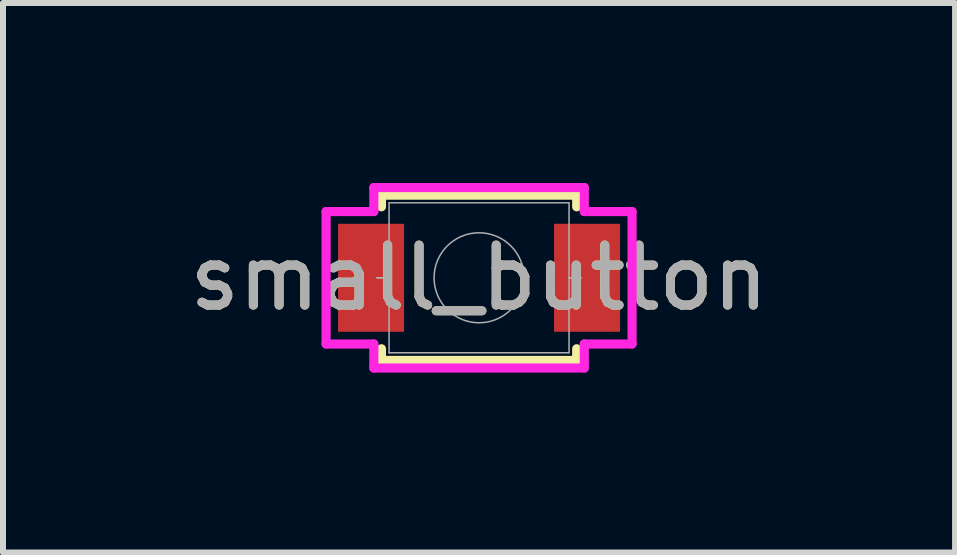
<source format=kicad_pcb>
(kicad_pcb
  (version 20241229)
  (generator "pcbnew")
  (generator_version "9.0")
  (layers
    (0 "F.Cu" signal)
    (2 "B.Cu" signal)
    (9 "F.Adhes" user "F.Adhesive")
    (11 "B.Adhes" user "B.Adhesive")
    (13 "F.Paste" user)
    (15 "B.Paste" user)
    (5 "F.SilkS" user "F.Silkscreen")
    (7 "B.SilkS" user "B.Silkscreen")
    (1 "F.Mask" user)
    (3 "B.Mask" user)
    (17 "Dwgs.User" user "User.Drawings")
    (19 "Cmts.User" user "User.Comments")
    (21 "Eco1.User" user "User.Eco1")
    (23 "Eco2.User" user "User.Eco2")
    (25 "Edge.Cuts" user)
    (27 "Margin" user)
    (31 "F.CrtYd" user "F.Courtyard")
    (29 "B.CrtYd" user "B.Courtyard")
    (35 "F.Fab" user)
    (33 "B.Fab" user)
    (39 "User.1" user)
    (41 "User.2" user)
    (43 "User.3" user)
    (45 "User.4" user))
  (footprint "small_button"
    (layer "F.Cu")
    (at 4.935 1.58)
    (property "Reference" "small_button" (at 0 0 0) (unlocked yes) (layer "F.SilkS") (effects (font (size 1 1) (thickness 0.15))))
    (attr smd)
    (fp_line (start -1.627 -1.377) (end -1.627 -1.183) (stroke (width 0.152) (type solid)) (layer "F.SilkS"))
    (fp_line (start -1.627 1.183) (end -1.627 1.377) (stroke (width 0.152) (type solid)) (layer "F.SilkS"))
    (fp_line (start -1.627 1.377) (end 1.627 1.377) (stroke (width 0.152) (type solid)) (layer "F.SilkS"))
    (fp_line (start 1.627 -1.377) (end -1.627 -1.377) (stroke (width 0.152) (type solid)) (layer "F.SilkS"))
    (fp_line (start 1.627 -1.183) (end 1.627 -1.377) (stroke (width 0.152) (type solid)) (layer "F.SilkS"))
    (fp_line (start 1.627 1.377) (end 1.627 1.183) (stroke (width 0.152) (type solid)) (layer "F.SilkS"))
    (fp_line (start -2.55 -1.104) (end -1.754 -1.104) (stroke (width 0.152) (type solid)) (layer "F.CrtYd"))
    (fp_line (start -2.55 1.104) (end -2.55 -1.104) (stroke (width 0.152) (type solid)) (layer "F.CrtYd"))
    (fp_line (start -2.55 1.104) (end -1.754 1.104) (stroke (width 0.152) (type solid)) (layer "F.CrtYd"))
    (fp_line (start -1.754 -1.504) (end 1.754 -1.504) (stroke (width 0.152) (type solid)) (layer "F.CrtYd"))
    (fp_line (start -1.754 -1.104) (end -1.754 -1.504) (stroke (width 0.152) (type solid)) (layer "F.CrtYd"))
    (fp_line (start -1.754 1.504) (end -1.754 1.104) (stroke (width 0.152) (type solid)) (layer "F.CrtYd"))
    (fp_line (start 1.754 -1.504) (end 1.754 -1.104) (stroke (width 0.152) (type solid)) (layer "F.CrtYd"))
    (fp_line (start 1.754 1.104) (end 1.754 1.504) (stroke (width 0.152) (type solid)) (layer "F.CrtYd"))
    (fp_line (start 1.754 1.504) (end -1.754 1.504) (stroke (width 0.152) (type solid)) (layer "F.CrtYd"))
    (fp_line (start 2.55 -1.104) (end 1.754 -1.104) (stroke (width 0.152) (type solid)) (layer "F.CrtYd"))
    (fp_line (start 2.55 -1.104) (end 2.55 1.104) (stroke (width 0.152) (type solid)) (layer "F.CrtYd"))
    (fp_line (start 2.55 1.104) (end 1.754 1.104) (stroke (width 0.152) (type solid)) (layer "F.CrtYd"))
    (fp_line (start -1.7 0) (end -1.7 0) (stroke (width 0.025) (type solid)) (layer "F.Fab"))
    (fp_line (start -1.7 0) (end -1.5 0) (stroke (width 0.025) (type solid)) (layer "F.Fab"))
    (fp_line (start -1.5 -1.25) (end -1.5 1.25) (stroke (width 0.025) (type solid)) (layer "F.Fab"))
    (fp_line (start -1.5 0) (end -1.7 0) (stroke (width 0.025) (type solid)) (layer "F.Fab"))
    (fp_line (start -1.5 0) (end -1.5 0) (stroke (width 0.025) (type solid)) (layer "F.Fab"))
    (fp_line (start -1.5 1.25) (end 1.5 1.25) (stroke (width 0.025) (type solid)) (layer "F.Fab"))
    (fp_line (start 1.5 -1.25) (end -1.5 -1.25) (stroke (width 0.025) (type solid)) (layer "F.Fab"))
    (fp_line (start 1.5 0) (end 1.5 0) (stroke (width 0.025) (type solid)) (layer "F.Fab"))
    (fp_line (start 1.5 0) (end 1.7 0) (stroke (width 0.025) (type solid)) (layer "F.Fab"))
    (fp_line (start 1.5 1.25) (end 1.5 -1.25) (stroke (width 0.025) (type solid)) (layer "F.Fab"))
    (fp_line (start 1.7 0) (end 1.5 0) (stroke (width 0.025) (type solid)) (layer "F.Fab"))
    (fp_line (start 1.7 0) (end 1.7 0) (stroke (width 0.025) (type solid)) (layer "F.Fab"))
    (fp_circle (center 0 0) (end 0.75 0) (stroke (width 0.025) (type solid)) (fill no) (layer "F.Fab"))
    (fp_text user "${REFERENCE}" (at 0 0 0) (unlocked yes) (layer "F.Fab") (effects (font (size 1 1) (thickness 0.15))))
    (pad "1" smd rect (at -1.8 0) (size 1.1 1.8) (layers "F.Cu" "F.Mask" "F.Paste"))
    (pad "2" smd rect (at 1.8 0) (size 1.1 1.8) (layers "F.Cu" "F.Mask" "F.Paste")))
  (gr_rect
    (start -3 -3)
    (end 12.869 6.16)
    (stroke (width 0.1) (type default))
    (fill no)
    (layer "Edge.Cuts")))
</source>
